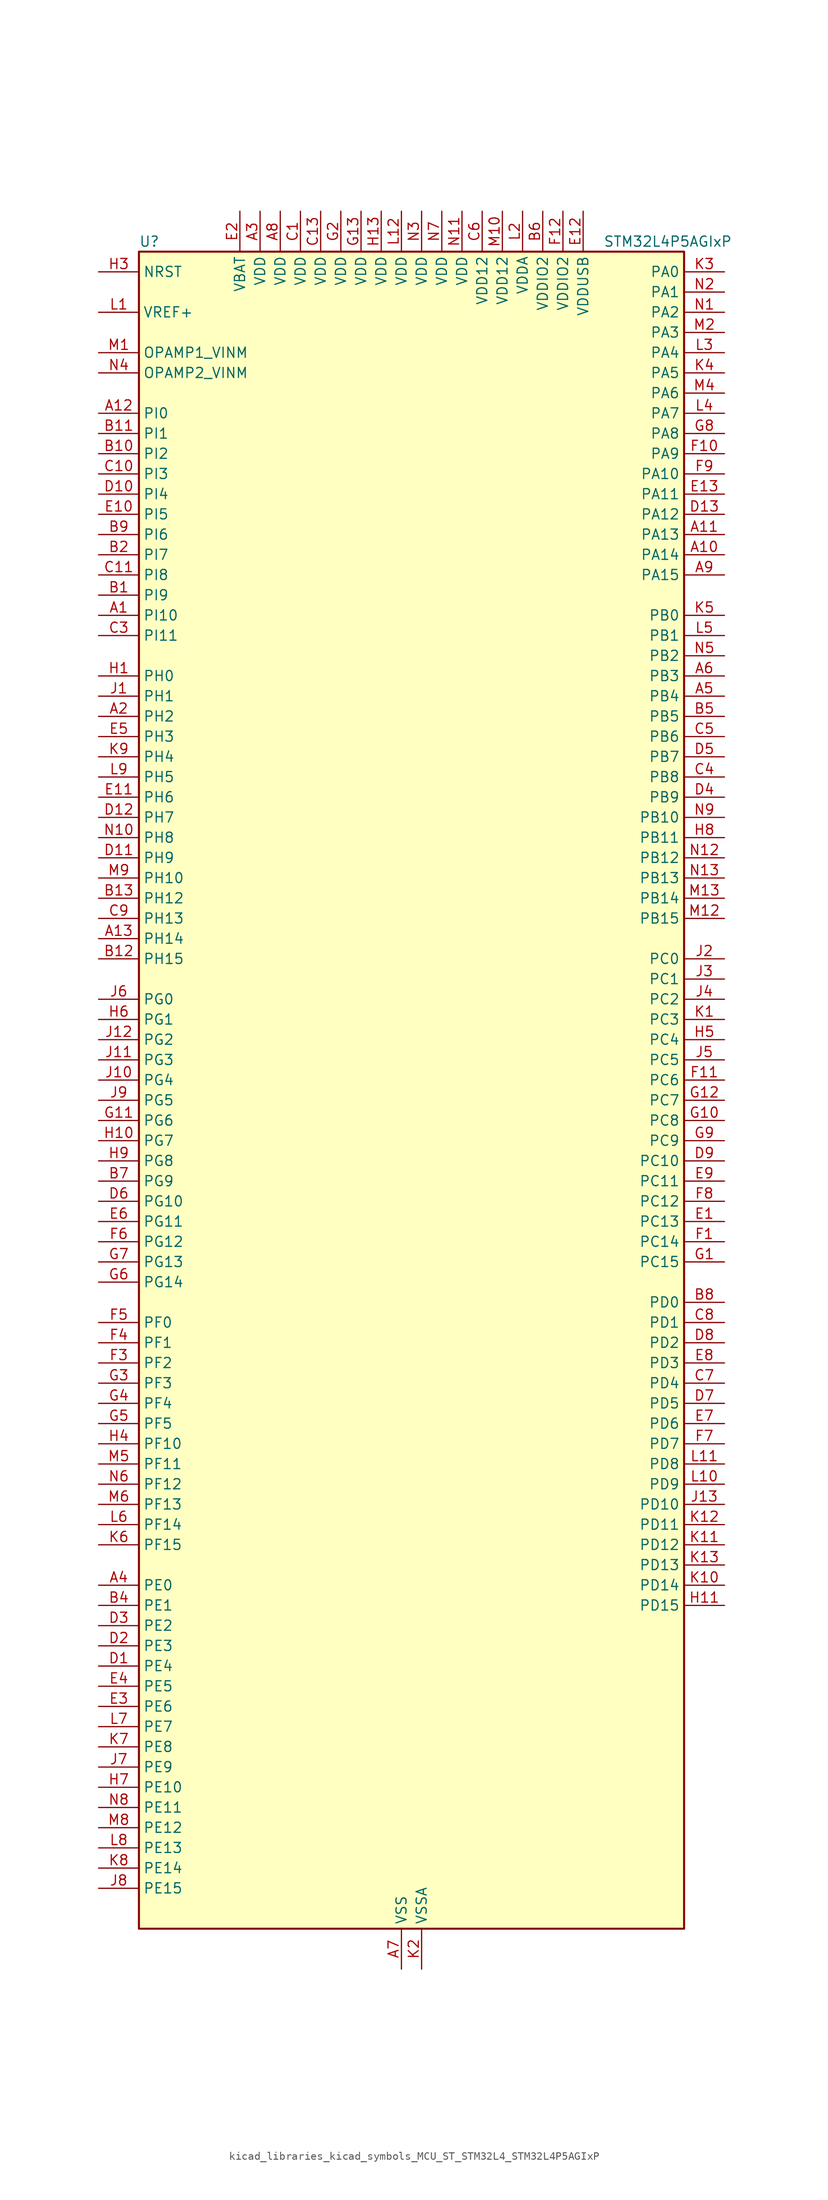
<source format=kicad_sym>
(kicad_symbol_lib
  (version 20220914)
  (generator kicad_symbol_editor)
  (symbol "kicad_libraries_kicad_symbols_MCU_ST_STM32L4_STM32L4P5AGIxP"
    (property "Reference" "U"
      (at -33.02 107.95 0)
      (effects (font (size 1.27 1.27)) (justify left)))
    (property "Value" "STM32L4P5AGIxP"
      (at 25.4 107.95 0)
      (effects (font (size 1.27 1.27)) (justify left)))
    (property "ki_locked" ""
      (at 0 0 0)
      (effects (font (size 1.27 1.27))))
    (symbol "kicad_libraries_kicad_symbols_MCU_ST_STM32L4_STM32L4P5AGIxP_0_1"
      (rectangle (start -33.02 -104.14) (end 35.56 106.68) (stroke (width 0.254) (type default)) (fill (type background))))
    (symbol "kicad_libraries_kicad_symbols_MCU_ST_STM32L4_STM32L4P5AGIxP_1_1"
      (pin bidirectional line (at -38.1 60.96 0) (length 5.08) (name "PI10" (effects (font (size 1.27 1.27)))) (number "A1" (effects (font (size 1.27 1.27)))) (alternate "OCTOSPIM_P2_IO1" bidirectional line) (alternate "PSSI_D14" bidirectional line))
      (pin bidirectional line (at 40.64 68.58 180) (length 5.08) (name "PA14" (effects (font (size 1.27 1.27)))) (number "A10" (effects (font (size 1.27 1.27)))) (alternate "I2C1_SMBA" bidirectional line) (alternate "I2C4_SMBA" bidirectional line) (alternate "LPTIM1_OUT" bidirectional line) (alternate "SAI1_FS_B" bidirectional line) (alternate "SYS_JTCK-SWCLK" bidirectional line) (alternate "USB_OTG_FS_SOF" bidirectional line))
      (pin bidirectional line (at 40.64 71.12 180) (length 5.08) (name "PA13" (effects (font (size 1.27 1.27)))) (number "A11" (effects (font (size 1.27 1.27)))) (alternate "IR_OUT" bidirectional line) (alternate "SAI1_SD_B" bidirectional line) (alternate "SYS_JTMS-SWDIO" bidirectional line) (alternate "USB_OTG_FS_NOE" bidirectional line))
      (pin bidirectional line (at -38.1 86.36 0) (length 5.08) (name "PI0" (effects (font (size 1.27 1.27)))) (number "A12" (effects (font (size 1.27 1.27)))) (alternate "DCMI_D13" bidirectional line) (alternate "OCTOSPIM_P1_IO5" bidirectional line) (alternate "PSSI_D13" bidirectional line) (alternate "SPI2_NSS" bidirectional line) (alternate "TIM5_CH4" bidirectional line))
      (pin bidirectional line (at -38.1 20.32 0) (length 5.08) (name "PH14" (effects (font (size 1.27 1.27)))) (number "A13" (effects (font (size 1.27 1.27)))) (alternate "DCMI_D4" bidirectional line) (alternate "PSSI_D4" bidirectional line) (alternate "TIM8_CH2N" bidirectional line))
      (pin bidirectional line (at -38.1 48.26 0) (length 5.08) (name "PH2" (effects (font (size 1.27 1.27)))) (number "A2" (effects (font (size 1.27 1.27)))) (alternate "OCTOSPIM_P1_IO4" bidirectional line))
      (pin power_in line (at -17.78 111.76 270) (length 5.08) (name "VDD" (effects (font (size 1.27 1.27)))) (number "A3" (effects (font (size 1.27 1.27)))))
      (pin bidirectional line (at -38.1 -60.96 0) (length 5.08) (name "PE0" (effects (font (size 1.27 1.27)))) (number "A4" (effects (font (size 1.27 1.27)))) (alternate "DCMI_D2" bidirectional line) (alternate "FMC_NBL0" bidirectional line) (alternate "LTDC_HSYNC" bidirectional line) (alternate "PSSI_D2" bidirectional line) (alternate "TIM16_CH1" bidirectional line) (alternate "TIM4_ETR" bidirectional line))
      (pin bidirectional line (at 40.64 50.8 180) (length 5.08) (name "PB4" (effects (font (size 1.27 1.27)))) (number "A5" (effects (font (size 1.27 1.27)))) (alternate "COMP2_INP" bidirectional line) (alternate "DCMI_D12" bidirectional line) (alternate "I2C3_SDA" bidirectional line) (alternate "OCTOSPIM_P1_IO5" bidirectional line) (alternate "PSSI_D12" bidirectional line) (alternate "SAI1_MCLK_B" bidirectional line) (alternate "SDMMC2_D3" bidirectional line) (alternate "SPI1_MISO" bidirectional line) (alternate "SPI3_MISO" bidirectional line) (alternate "SYS_JTRST" bidirectional line) (alternate "TIM17_BKIN" bidirectional line) (alternate "TIM3_CH1" bidirectional line) (alternate "TSC_G2_IO1" bidirectional line) (alternate "UART5_DE" bidirectional line) (alternate "UART5_RTS" bidirectional line) (alternate "USART1_CTS" bidirectional line) (alternate "USART1_NSS" bidirectional line))
      (pin bidirectional line (at 40.64 53.34 180) (length 5.08) (name "PB3" (effects (font (size 1.27 1.27)))) (number "A6" (effects (font (size 1.27 1.27)))) (alternate "COMP2_INM" bidirectional line) (alternate "CRS_SYNC" bidirectional line) (alternate "OCTOSPIM_P1_IO4" bidirectional line) (alternate "SAI1_SCK_B" bidirectional line) (alternate "SDMMC2_D2" bidirectional line) (alternate "SPI1_SCK" bidirectional line) (alternate "SPI3_SCK" bidirectional line) (alternate "SYS_JTDO-SWO" bidirectional line) (alternate "TIM2_CH2" bidirectional line) (alternate "USART1_DE" bidirectional line) (alternate "USART1_RTS" bidirectional line))
      (pin power_in line (at 0 -109.22 90) (length 5.08) (name "VSS" (effects (font (size 1.27 1.27)))) (number "A7" (effects (font (size 1.27 1.27)))))
      (pin power_in line (at -15.24 111.76 270) (length 5.08) (name "VDD" (effects (font (size 1.27 1.27)))) (number "A8" (effects (font (size 1.27 1.27)))))
      (pin bidirectional line (at 40.64 66.04 180) (length 5.08) (name "PA15" (effects (font (size 1.27 1.27)))) (number "A9" (effects (font (size 1.27 1.27)))) (alternate "ADC1_EXTI15" bidirectional line) (alternate "ADC2_EXTI15" bidirectional line) (alternate "LTDC_HSYNC" bidirectional line) (alternate "SAI2_FS_B" bidirectional line) (alternate "SPI1_NSS" bidirectional line) (alternate "SPI3_NSS" bidirectional line) (alternate "SYS_JTDI" bidirectional line) (alternate "TIM2_CH1" bidirectional line) (alternate "TIM2_ETR" bidirectional line) (alternate "TSC_G3_IO1" bidirectional line) (alternate "UART4_DE" bidirectional line) (alternate "UART4_RTS" bidirectional line) (alternate "USART2_RX" bidirectional line) (alternate "USART3_DE" bidirectional line) (alternate "USART3_RTS" bidirectional line))
      (pin bidirectional line (at -38.1 63.5 0) (length 5.08) (name "PI9" (effects (font (size 1.27 1.27)))) (number "B1" (effects (font (size 1.27 1.27)))) (alternate "CAN1_RX" bidirectional line) (alternate "DAC1_EXTI9" bidirectional line) (alternate "OCTOSPIM_P2_IO2" bidirectional line))
      (pin bidirectional line (at -38.1 81.28 0) (length 5.08) (name "PI2" (effects (font (size 1.27 1.27)))) (number "B10" (effects (font (size 1.27 1.27)))) (alternate "DCMI_D9" bidirectional line) (alternate "PSSI_D9" bidirectional line) (alternate "SPI2_MISO" bidirectional line) (alternate "TIM8_CH4" bidirectional line))
      (pin bidirectional line (at -38.1 83.82 0) (length 5.08) (name "PI1" (effects (font (size 1.27 1.27)))) (number "B11" (effects (font (size 1.27 1.27)))) (alternate "DCMI_D8" bidirectional line) (alternate "PSSI_D8" bidirectional line) (alternate "SPI2_SCK" bidirectional line))
      (pin bidirectional line (at -38.1 17.78 0) (length 5.08) (name "PH15" (effects (font (size 1.27 1.27)))) (number "B12" (effects (font (size 1.27 1.27)))) (alternate "ADC1_EXTI15" bidirectional line) (alternate "ADC2_EXTI15" bidirectional line) (alternate "DCMI_D11" bidirectional line) (alternate "OCTOSPIM_P2_IO6" bidirectional line) (alternate "PSSI_D11" bidirectional line) (alternate "TIM8_CH3N" bidirectional line))
      (pin bidirectional line (at -38.1 25.4 0) (length 5.08) (name "PH12" (effects (font (size 1.27 1.27)))) (number "B13" (effects (font (size 1.27 1.27)))) (alternate "DCMI_D3" bidirectional line) (alternate "OCTOSPIM_P2_IO7" bidirectional line) (alternate "PSSI_D3" bidirectional line) (alternate "TIM5_CH3" bidirectional line))
      (pin bidirectional line (at -38.1 68.58 0) (length 5.08) (name "PI7" (effects (font (size 1.27 1.27)))) (number "B2" (effects (font (size 1.27 1.27)))) (alternate "DCMI_D7" bidirectional line) (alternate "OCTOSPIM_P2_NCLK" bidirectional line) (alternate "PSSI_D7" bidirectional line) (alternate "TIM8_CH3" bidirectional line))
      (pin passive line (at 0 -109.22 90) (length 5.08) hide (name "VSS" (effects (font (size 1.27 1.27)))) (number "B3" (effects (font (size 1.27 1.27)))))
      (pin bidirectional line (at -38.1 -63.5 0) (length 5.08) (name "PE1" (effects (font (size 1.27 1.27)))) (number "B4" (effects (font (size 1.27 1.27)))) (alternate "DCMI_D3" bidirectional line) (alternate "FMC_NBL1" bidirectional line) (alternate "LTDC_VSYNC" bidirectional line) (alternate "PSSI_D3" bidirectional line) (alternate "TIM17_CH1" bidirectional line))
      (pin bidirectional line (at 40.64 48.26 180) (length 5.08) (name "PB5" (effects (font (size 1.27 1.27)))) (number "B5" (effects (font (size 1.27 1.27)))) (alternate "COMP2_OUT" bidirectional line) (alternate "DCMI_D10" bidirectional line) (alternate "I2C1_SMBA" bidirectional line) (alternate "LPTIM1_IN1" bidirectional line) (alternate "OCTOSPIM_P1_IO0" bidirectional line) (alternate "PSSI_D10" bidirectional line) (alternate "SAI1_SD_B" bidirectional line) (alternate "SPI1_MOSI" bidirectional line) (alternate "SPI3_MOSI" bidirectional line) (alternate "TIM16_BKIN" bidirectional line) (alternate "TIM3_CH2" bidirectional line) (alternate "TSC_G2_IO2" bidirectional line) (alternate "UART5_CTS" bidirectional line) (alternate "USART1_CK" bidirectional line))
      (pin power_in line (at 17.78 111.76 270) (length 5.08) (name "VDDIO2" (effects (font (size 1.27 1.27)))) (number "B6" (effects (font (size 1.27 1.27)))))
      (pin bidirectional line (at -38.1 -10.16 0) (length 5.08) (name "PG9" (effects (font (size 1.27 1.27)))) (number "B7" (effects (font (size 1.27 1.27)))) (alternate "DAC1_EXTI9" bidirectional line) (alternate "FMC_NCE" bidirectional line) (alternate "FMC_NE2" bidirectional line) (alternate "OCTOSPIM_P2_IO6" bidirectional line) (alternate "SAI2_SCK_A" bidirectional line) (alternate "SDMMC2_D0" bidirectional line) (alternate "SPI3_SCK" bidirectional line) (alternate "TIM15_CH1N" bidirectional line) (alternate "USART1_TX" bidirectional line))
      (pin bidirectional line (at 40.64 -25.4 180) (length 5.08) (name "PD0" (effects (font (size 1.27 1.27)))) (number "B8" (effects (font (size 1.27 1.27)))) (alternate "CAN1_RX" bidirectional line) (alternate "FMC_D2" bidirectional line) (alternate "FMC_DA2" bidirectional line) (alternate "LTDC_B4" bidirectional line) (alternate "SPI2_NSS" bidirectional line))
      (pin bidirectional line (at -38.1 71.12 0) (length 5.08) (name "PI6" (effects (font (size 1.27 1.27)))) (number "B9" (effects (font (size 1.27 1.27)))) (alternate "DCMI_D6" bidirectional line) (alternate "OCTOSPIM_P2_CLK" bidirectional line) (alternate "PSSI_D6" bidirectional line) (alternate "TIM8_CH2" bidirectional line))
      (pin power_in line (at -12.7 111.76 270) (length 5.08) (name "VDD" (effects (font (size 1.27 1.27)))) (number "C1" (effects (font (size 1.27 1.27)))))
      (pin bidirectional line (at -38.1 78.74 0) (length 5.08) (name "PI3" (effects (font (size 1.27 1.27)))) (number "C10" (effects (font (size 1.27 1.27)))) (alternate "DCMI_D10" bidirectional line) (alternate "PSSI_D10" bidirectional line) (alternate "SPI2_MOSI" bidirectional line) (alternate "TIM8_ETR" bidirectional line))
      (pin bidirectional line (at -38.1 66.04 0) (length 5.08) (name "PI8" (effects (font (size 1.27 1.27)))) (number "C11" (effects (font (size 1.27 1.27)))) (alternate "DCMI_D12" bidirectional line) (alternate "OCTOSPIM_P2_NCS" bidirectional line) (alternate "PSSI_D12" bidirectional line))
      (pin passive line (at 0 -109.22 90) (length 5.08) hide (name "VSS" (effects (font (size 1.27 1.27)))) (number "C12" (effects (font (size 1.27 1.27)))))
      (pin power_in line (at -10.16 111.76 270) (length 5.08) (name "VDD" (effects (font (size 1.27 1.27)))) (number "C13" (effects (font (size 1.27 1.27)))))
      (pin passive line (at 0 -109.22 90) (length 5.08) hide (name "VSS" (effects (font (size 1.27 1.27)))) (number "C2" (effects (font (size 1.27 1.27)))))
      (pin bidirectional line (at -38.1 58.42 0) (length 5.08) (name "PI11" (effects (font (size 1.27 1.27)))) (number "C3" (effects (font (size 1.27 1.27)))) (alternate "ADC1_EXTI11" bidirectional line) (alternate "ADC2_EXTI11" bidirectional line) (alternate "OCTOSPIM_P2_IO0" bidirectional line) (alternate "PSSI_D15" bidirectional line))
      (pin bidirectional line (at 40.64 40.64 180) (length 5.08) (name "PB8" (effects (font (size 1.27 1.27)))) (number "C4" (effects (font (size 1.27 1.27)))) (alternate "CAN1_RX" bidirectional line) (alternate "DCMI_D6" bidirectional line) (alternate "DFSDM1_CKOUT" bidirectional line) (alternate "I2C1_SCL" bidirectional line) (alternate "LTDC_DE" bidirectional line) (alternate "PSSI_D6" bidirectional line) (alternate "SAI1_CK1" bidirectional line) (alternate "SAI1_MCLK_A" bidirectional line) (alternate "SDMMC1_CKIN" bidirectional line) (alternate "SDMMC1_D4" bidirectional line) (alternate "SDMMC2_D4" bidirectional line) (alternate "TIM16_CH1" bidirectional line) (alternate "TIM4_CH3" bidirectional line))
      (pin bidirectional line (at 40.64 45.72 180) (length 5.08) (name "PB6" (effects (font (size 1.27 1.27)))) (number "C5" (effects (font (size 1.27 1.27)))) (alternate "COMP2_INP" bidirectional line) (alternate "DCMI_D5" bidirectional line) (alternate "I2C1_SCL" bidirectional line) (alternate "I2C4_SCL" bidirectional line) (alternate "LPTIM1_ETR" bidirectional line) (alternate "LTDC_R6" bidirectional line) (alternate "PSSI_D5" bidirectional line) (alternate "SAI1_FS_B" bidirectional line) (alternate "TIM16_CH1N" bidirectional line) (alternate "TIM4_CH1" bidirectional line) (alternate "TIM8_BKIN2" bidirectional line) (alternate "TSC_G2_IO3" bidirectional line) (alternate "USART1_TX" bidirectional line))
      (pin power_in line (at 10.16 111.76 270) (length 5.08) (name "VDD12" (effects (font (size 1.27 1.27)))) (number "C6" (effects (font (size 1.27 1.27)))))
      (pin bidirectional line (at 40.64 -35.56 180) (length 5.08) (name "PD4" (effects (font (size 1.27 1.27)))) (number "C7" (effects (font (size 1.27 1.27)))) (alternate "DFSDM1_CKIN0" bidirectional line) (alternate "FMC_NOE" bidirectional line) (alternate "OCTOSPIM_P1_IO4" bidirectional line) (alternate "SDMMC2_CKIN" bidirectional line) (alternate "SPI2_MOSI" bidirectional line) (alternate "USART2_DE" bidirectional line) (alternate "USART2_RTS" bidirectional line))
      (pin bidirectional line (at 40.64 -27.94 180) (length 5.08) (name "PD1" (effects (font (size 1.27 1.27)))) (number "C8" (effects (font (size 1.27 1.27)))) (alternate "CAN1_TX" bidirectional line) (alternate "FMC_D3" bidirectional line) (alternate "FMC_DA3" bidirectional line) (alternate "LTDC_B5" bidirectional line) (alternate "SPI2_SCK" bidirectional line))
      (pin bidirectional line (at -38.1 22.86 0) (length 5.08) (name "PH13" (effects (font (size 1.27 1.27)))) (number "C9" (effects (font (size 1.27 1.27)))) (alternate "CAN1_TX" bidirectional line) (alternate "TIM8_CH1N" bidirectional line))
      (pin bidirectional line (at -38.1 -71.12 0) (length 5.08) (name "PE4" (effects (font (size 1.27 1.27)))) (number "D1" (effects (font (size 1.27 1.27)))) (alternate "DCMI_D4" bidirectional line) (alternate "DFSDM1_DATIN3" bidirectional line) (alternate "FMC_A20" bidirectional line) (alternate "LTDC_B7" bidirectional line) (alternate "PSSI_D4" bidirectional line) (alternate "SAI1_D2" bidirectional line) (alternate "SAI1_FS_A" bidirectional line) (alternate "SYS_TRACED1" bidirectional line) (alternate "TIM3_CH2" bidirectional line) (alternate "TSC_G7_IO3" bidirectional line))
      (pin bidirectional line (at -38.1 76.2 0) (length 5.08) (name "PI4" (effects (font (size 1.27 1.27)))) (number "D10" (effects (font (size 1.27 1.27)))) (alternate "DCMI_D5" bidirectional line) (alternate "PSSI_D5" bidirectional line) (alternate "TIM8_BKIN" bidirectional line))
      (pin bidirectional line (at -38.1 30.48 0) (length 5.08) (name "PH9" (effects (font (size 1.27 1.27)))) (number "D11" (effects (font (size 1.27 1.27)))) (alternate "DAC1_EXTI9" bidirectional line) (alternate "DCMI_D0" bidirectional line) (alternate "I2C3_SMBA" bidirectional line) (alternate "OCTOSPIM_P2_IO4" bidirectional line) (alternate "PSSI_D0" bidirectional line))
      (pin bidirectional line (at -38.1 35.56 0) (length 5.08) (name "PH7" (effects (font (size 1.27 1.27)))) (number "D12" (effects (font (size 1.27 1.27)))) (alternate "DCMI_D9" bidirectional line) (alternate "I2C3_SCL" bidirectional line) (alternate "OCTOSPIM_P2_NCLK" bidirectional line) (alternate "PSSI_D9" bidirectional line))
      (pin bidirectional line (at 40.64 73.66 180) (length 5.08) (name "PA12" (effects (font (size 1.27 1.27)))) (number "D13" (effects (font (size 1.27 1.27)))) (alternate "CAN1_TX" bidirectional line) (alternate "LTDC_VSYNC" bidirectional line) (alternate "OCTOSPIM_P2_NCS" bidirectional line) (alternate "SPI1_MOSI" bidirectional line) (alternate "TIM1_ETR" bidirectional line) (alternate "USART1_DE" bidirectional line) (alternate "USART1_RTS" bidirectional line) (alternate "USB_OTG_FS_DP" bidirectional line))
      (pin bidirectional line (at -38.1 -68.58 0) (length 5.08) (name "PE3" (effects (font (size 1.27 1.27)))) (number "D2" (effects (font (size 1.27 1.27)))) (alternate "FMC_A19" bidirectional line) (alternate "LTDC_R6" bidirectional line) (alternate "OCTOSPIM_P1_DQS" bidirectional line) (alternate "SAI1_SD_B" bidirectional line) (alternate "SYS_TRACED0" bidirectional line) (alternate "TIM3_CH1" bidirectional line) (alternate "TSC_G7_IO2" bidirectional line))
      (pin bidirectional line (at -38.1 -66.04 0) (length 5.08) (name "PE2" (effects (font (size 1.27 1.27)))) (number "D3" (effects (font (size 1.27 1.27)))) (alternate "FMC_A23" bidirectional line) (alternate "LTDC_R7" bidirectional line) (alternate "SAI1_CK1" bidirectional line) (alternate "SAI1_MCLK_A" bidirectional line) (alternate "SYS_TRACECLK" bidirectional line) (alternate "TIM3_ETR" bidirectional line) (alternate "TSC_G7_IO1" bidirectional line))
      (pin bidirectional line (at 40.64 38.1 180) (length 5.08) (name "PB9" (effects (font (size 1.27 1.27)))) (number "D4" (effects (font (size 1.27 1.27)))) (alternate "CAN1_TX" bidirectional line) (alternate "DAC1_EXTI9" bidirectional line) (alternate "DCMI_D7" bidirectional line) (alternate "I2C1_SDA" bidirectional line) (alternate "IR_OUT" bidirectional line) (alternate "PSSI_D7" bidirectional line) (alternate "SAI1_D2" bidirectional line) (alternate "SAI1_FS_A" bidirectional line) (alternate "SDMMC1_CDIR" bidirectional line) (alternate "SDMMC1_D5" bidirectional line) (alternate "SDMMC2_D5" bidirectional line) (alternate "SPI2_NSS" bidirectional line) (alternate "TIM17_CH1" bidirectional line) (alternate "TIM4_CH4" bidirectional line))
      (pin bidirectional line (at 40.64 43.18 180) (length 5.08) (name "PB7" (effects (font (size 1.27 1.27)))) (number "D5" (effects (font (size 1.27 1.27)))) (alternate "COMP2_INM" bidirectional line) (alternate "DCMI_VSYNC" bidirectional line) (alternate "FMC_NL" bidirectional line) (alternate "I2C1_SDA" bidirectional line) (alternate "I2C4_SDA" bidirectional line) (alternate "LPTIM1_IN2" bidirectional line) (alternate "LTDC_VSYNC" bidirectional line) (alternate "PSSI_RDY" bidirectional line) (alternate "SYS_PVD_IN" bidirectional line) (alternate "TIM17_CH1N" bidirectional line) (alternate "TIM4_CH2" bidirectional line) (alternate "TIM8_BKIN" bidirectional line) (alternate "TSC_G2_IO4" bidirectional line) (alternate "UART4_CTS" bidirectional line) (alternate "USART1_RX" bidirectional line))
      (pin bidirectional line (at -38.1 -12.7 0) (length 5.08) (name "PG10" (effects (font (size 1.27 1.27)))) (number "D6" (effects (font (size 1.27 1.27)))) (alternate "FMC_NE3" bidirectional line) (alternate "LPTIM1_IN1" bidirectional line) (alternate "OCTOSPIM_P2_IO7" bidirectional line) (alternate "SAI2_FS_A" bidirectional line) (alternate "SDMMC2_D1" bidirectional line) (alternate "SPI3_MISO" bidirectional line) (alternate "TIM15_CH1" bidirectional line) (alternate "USART1_RX" bidirectional line))
      (pin bidirectional line (at 40.64 -38.1 180) (length 5.08) (name "PD5" (effects (font (size 1.27 1.27)))) (number "D7" (effects (font (size 1.27 1.27)))) (alternate "FMC_NWE" bidirectional line) (alternate "OCTOSPIM_P1_IO5" bidirectional line) (alternate "USART2_TX" bidirectional line))
      (pin bidirectional line (at 40.64 -30.48 180) (length 5.08) (name "PD2" (effects (font (size 1.27 1.27)))) (number "D8" (effects (font (size 1.27 1.27)))) (alternate "DCMI_D11" bidirectional line) (alternate "PSSI_D11" bidirectional line) (alternate "SDMMC1_CMD" bidirectional line) (alternate "SYS_TRACED2" bidirectional line) (alternate "TIM3_ETR" bidirectional line) (alternate "TSC_SYNC" bidirectional line) (alternate "UART5_RX" bidirectional line) (alternate "USART3_DE" bidirectional line) (alternate "USART3_RTS" bidirectional line))
      (pin bidirectional line (at 40.64 -7.62 180) (length 5.08) (name "PC10" (effects (font (size 1.27 1.27)))) (number "D9" (effects (font (size 1.27 1.27)))) (alternate "DCMI_D8" bidirectional line) (alternate "DCMI_VSYNC" bidirectional line) (alternate "PSSI_D8" bidirectional line) (alternate "PSSI_RDY" bidirectional line) (alternate "SAI2_SCK_B" bidirectional line) (alternate "SDMMC1_D2" bidirectional line) (alternate "SPI3_SCK" bidirectional line) (alternate "SYS_TRACED1" bidirectional line) (alternate "TSC_G3_IO2" bidirectional line) (alternate "UART4_TX" bidirectional line) (alternate "USART3_TX" bidirectional line))
      (pin bidirectional line (at 40.64 -15.24 180) (length 5.08) (name "PC13" (effects (font (size 1.27 1.27)))) (number "E1" (effects (font (size 1.27 1.27)))) (alternate "RTC_OUT1" bidirectional line) (alternate "RTC_TAMP1" bidirectional line) (alternate "RTC_TS" bidirectional line) (alternate "SYS_WKUP2" bidirectional line))
      (pin bidirectional line (at -38.1 73.66 0) (length 5.08) (name "PI5" (effects (font (size 1.27 1.27)))) (number "E10" (effects (font (size 1.27 1.27)))) (alternate "DCMI_VSYNC" bidirectional line) (alternate "OCTOSPIM_P2_NCS" bidirectional line) (alternate "PSSI_RDY" bidirectional line) (alternate "TIM8_CH1" bidirectional line))
      (pin bidirectional line (at -38.1 38.1 0) (length 5.08) (name "PH6" (effects (font (size 1.27 1.27)))) (number "E11" (effects (font (size 1.27 1.27)))) (alternate "DCMI_D8" bidirectional line) (alternate "I2C2_SMBA" bidirectional line) (alternate "OCTOSPIM_P2_CLK" bidirectional line) (alternate "PSSI_D8" bidirectional line))
      (pin power_in line (at 22.86 111.76 270) (length 5.08) (name "VDDUSB" (effects (font (size 1.27 1.27)))) (number "E12" (effects (font (size 1.27 1.27)))))
      (pin bidirectional line (at 40.64 76.2 180) (length 5.08) (name "PA11" (effects (font (size 1.27 1.27)))) (number "E13" (effects (font (size 1.27 1.27)))) (alternate "ADC1_EXTI11" bidirectional line) (alternate "ADC2_EXTI11" bidirectional line) (alternate "CAN1_RX" bidirectional line) (alternate "LTDC_DE" bidirectional line) (alternate "SPI1_MISO" bidirectional line) (alternate "TIM1_BKIN2" bidirectional line) (alternate "TIM1_CH4" bidirectional line) (alternate "USART1_CTS" bidirectional line) (alternate "USART1_NSS" bidirectional line) (alternate "USB_OTG_FS_DM" bidirectional line))
      (pin power_in line (at -20.32 111.76 270) (length 5.08) (name "VBAT" (effects (font (size 1.27 1.27)))) (number "E2" (effects (font (size 1.27 1.27)))))
      (pin bidirectional line (at -38.1 -76.2 0) (length 5.08) (name "PE6" (effects (font (size 1.27 1.27)))) (number "E3" (effects (font (size 1.27 1.27)))) (alternate "DCMI_D7" bidirectional line) (alternate "FMC_A22" bidirectional line) (alternate "LTDC_G6" bidirectional line) (alternate "PSSI_D7" bidirectional line) (alternate "RTC_TAMP3" bidirectional line) (alternate "SAI1_D1" bidirectional line) (alternate "SAI1_SD_A" bidirectional line) (alternate "SYS_TRACED3" bidirectional line) (alternate "SYS_WKUP3" bidirectional line) (alternate "TIM3_CH4" bidirectional line))
      (pin bidirectional line (at -38.1 -73.66 0) (length 5.08) (name "PE5" (effects (font (size 1.27 1.27)))) (number "E4" (effects (font (size 1.27 1.27)))) (alternate "DCMI_D6" bidirectional line) (alternate "DFSDM1_CKIN3" bidirectional line) (alternate "FMC_A21" bidirectional line) (alternate "LTDC_G7" bidirectional line) (alternate "PSSI_D6" bidirectional line) (alternate "SAI1_CK2" bidirectional line) (alternate "SAI1_SCK_A" bidirectional line) (alternate "SYS_TRACED2" bidirectional line) (alternate "TIM3_CH3" bidirectional line) (alternate "TSC_G7_IO4" bidirectional line))
      (pin bidirectional line (at -38.1 45.72 0) (length 5.08) (name "PH3" (effects (font (size 1.27 1.27)))) (number "E5" (effects (font (size 1.27 1.27)))))
      (pin bidirectional line (at -38.1 -15.24 0) (length 5.08) (name "PG11" (effects (font (size 1.27 1.27)))) (number "E6" (effects (font (size 1.27 1.27)))) (alternate "ADC1_EXTI11" bidirectional line) (alternate "ADC2_EXTI11" bidirectional line) (alternate "LPTIM1_IN2" bidirectional line) (alternate "OCTOSPIM_P1_IO5" bidirectional line) (alternate "SAI2_MCLK_A" bidirectional line) (alternate "SDMMC2_D2" bidirectional line) (alternate "SPI3_MOSI" bidirectional line) (alternate "TIM15_CH2" bidirectional line) (alternate "USART1_CTS" bidirectional line) (alternate "USART1_NSS" bidirectional line))
      (pin bidirectional line (at 40.64 -40.64 180) (length 5.08) (name "PD6" (effects (font (size 1.27 1.27)))) (number "E7" (effects (font (size 1.27 1.27)))) (alternate "DCMI_D10" bidirectional line) (alternate "DFSDM1_DATIN1" bidirectional line) (alternate "FMC_NWAIT" bidirectional line) (alternate "LTDC_DE" bidirectional line) (alternate "OCTOSPIM_P1_IO6" bidirectional line) (alternate "PSSI_D10" bidirectional line) (alternate "SAI1_D1" bidirectional line) (alternate "SAI1_SD_A" bidirectional line) (alternate "SDMMC2_CK" bidirectional line) (alternate "SPI3_MOSI" bidirectional line) (alternate "USART2_RX" bidirectional line))
      (pin bidirectional line (at 40.64 -33.02 180) (length 5.08) (name "PD3" (effects (font (size 1.27 1.27)))) (number "E8" (effects (font (size 1.27 1.27)))) (alternate "DCMI_D5" bidirectional line) (alternate "DFSDM1_DATIN0" bidirectional line) (alternate "FMC_CLK" bidirectional line) (alternate "LTDC_CLK" bidirectional line) (alternate "OCTOSPIM_P2_NCS" bidirectional line) (alternate "PSSI_D5" bidirectional line) (alternate "SPI2_MISO" bidirectional line) (alternate "SPI2_SCK" bidirectional line) (alternate "USART2_CTS" bidirectional line) (alternate "USART2_NSS" bidirectional line))
      (pin bidirectional line (at 40.64 -10.16 180) (length 5.08) (name "PC11" (effects (font (size 1.27 1.27)))) (number "E9" (effects (font (size 1.27 1.27)))) (alternate "ADC1_EXTI11" bidirectional line) (alternate "ADC2_EXTI11" bidirectional line) (alternate "DCMI_D2" bidirectional line) (alternate "DCMI_D4" bidirectional line) (alternate "OCTOSPIM_P1_NCS" bidirectional line) (alternate "PSSI_D2" bidirectional line) (alternate "PSSI_D4" bidirectional line) (alternate "SAI2_MCLK_B" bidirectional line) (alternate "SDMMC1_D3" bidirectional line) (alternate "SPI3_MISO" bidirectional line) (alternate "TSC_G3_IO3" bidirectional line) (alternate "UART4_RX" bidirectional line) (alternate "USART3_RX" bidirectional line))
      (pin bidirectional line (at 40.64 -17.78 180) (length 5.08) (name "PC14" (effects (font (size 1.27 1.27)))) (number "F1" (effects (font (size 1.27 1.27)))) (alternate "RCC_OSC32_IN" bidirectional line))
      (pin bidirectional line (at 40.64 81.28 180) (length 5.08) (name "PA9" (effects (font (size 1.27 1.27)))) (number "F10" (effects (font (size 1.27 1.27)))) (alternate "DAC1_EXTI9" bidirectional line) (alternate "DCMI_D0" bidirectional line) (alternate "LTDC_G7" bidirectional line) (alternate "PSSI_D0" bidirectional line) (alternate "SAI1_FS_A" bidirectional line) (alternate "SPI2_SCK" bidirectional line) (alternate "TIM15_BKIN" bidirectional line) (alternate "TIM1_CH2" bidirectional line) (alternate "USART1_TX" bidirectional line) (alternate "USB_OTG_FS_VBUS" bidirectional line))
      (pin bidirectional line (at 40.64 2.54 180) (length 5.08) (name "PC6" (effects (font (size 1.27 1.27)))) (number "F11" (effects (font (size 1.27 1.27)))) (alternate "DCMI_D0" bidirectional line) (alternate "DFSDM1_CKIN3" bidirectional line) (alternate "LTDC_G7" bidirectional line) (alternate "PSSI_D0" bidirectional line) (alternate "SAI2_MCLK_A" bidirectional line) (alternate "SDMMC1_D0DIR" bidirectional line) (alternate "SDMMC1_D6" bidirectional line) (alternate "SDMMC2_D6" bidirectional line) (alternate "TIM3_CH1" bidirectional line) (alternate "TIM8_CH1" bidirectional line) (alternate "TSC_G4_IO1" bidirectional line))
      (pin power_in line (at 20.32 111.76 270) (length 5.08) (name "VDDIO2" (effects (font (size 1.27 1.27)))) (number "F12" (effects (font (size 1.27 1.27)))))
      (pin passive line (at 0 -109.22 90) (length 5.08) hide (name "VSS" (effects (font (size 1.27 1.27)))) (number "F13" (effects (font (size 1.27 1.27)))))
      (pin passive line (at 0 -109.22 90) (length 5.08) hide (name "VSS" (effects (font (size 1.27 1.27)))) (number "F2" (effects (font (size 1.27 1.27)))))
      (pin bidirectional line (at -38.1 -33.02 0) (length 5.08) (name "PF2" (effects (font (size 1.27 1.27)))) (number "F3" (effects (font (size 1.27 1.27)))) (alternate "FMC_A2" bidirectional line) (alternate "I2C2_SMBA" bidirectional line) (alternate "OCTOSPIM_P2_IO2" bidirectional line))
      (pin bidirectional line (at -38.1 -30.48 0) (length 5.08) (name "PF1" (effects (font (size 1.27 1.27)))) (number "F4" (effects (font (size 1.27 1.27)))) (alternate "FMC_A1" bidirectional line) (alternate "I2C2_SCL" bidirectional line) (alternate "OCTOSPIM_P2_IO1" bidirectional line))
      (pin bidirectional line (at -38.1 -27.94 0) (length 5.08) (name "PF0" (effects (font (size 1.27 1.27)))) (number "F5" (effects (font (size 1.27 1.27)))) (alternate "FMC_A0" bidirectional line) (alternate "I2C2_SDA" bidirectional line) (alternate "OCTOSPIM_P2_IO0" bidirectional line))
      (pin bidirectional line (at -38.1 -17.78 0) (length 5.08) (name "PG12" (effects (font (size 1.27 1.27)))) (number "F6" (effects (font (size 1.27 1.27)))) (alternate "FMC_NE4" bidirectional line) (alternate "LPTIM1_ETR" bidirectional line) (alternate "OCTOSPIM_P2_NCS" bidirectional line) (alternate "SAI2_SD_A" bidirectional line) (alternate "SDMMC2_D3" bidirectional line) (alternate "SPI3_NSS" bidirectional line) (alternate "USART1_DE" bidirectional line) (alternate "USART1_RTS" bidirectional line))
      (pin bidirectional line (at 40.64 -43.18 180) (length 5.08) (name "PD7" (effects (font (size 1.27 1.27)))) (number "F7" (effects (font (size 1.27 1.27)))) (alternate "DFSDM1_CKIN1" bidirectional line) (alternate "FMC_NCE" bidirectional line) (alternate "FMC_NE1" bidirectional line) (alternate "OCTOSPIM_P1_IO7" bidirectional line) (alternate "SDMMC2_CMD" bidirectional line) (alternate "USART2_CK" bidirectional line))
      (pin bidirectional line (at 40.64 -12.7 180) (length 5.08) (name "PC12" (effects (font (size 1.27 1.27)))) (number "F8" (effects (font (size 1.27 1.27)))) (alternate "DCMI_D9" bidirectional line) (alternate "LTDC_R6" bidirectional line) (alternate "PSSI_D9" bidirectional line) (alternate "SAI2_SD_B" bidirectional line) (alternate "SDMMC1_CK" bidirectional line) (alternate "SPI3_MOSI" bidirectional line) (alternate "SYS_TRACED3" bidirectional line) (alternate "TSC_G3_IO4" bidirectional line) (alternate "UART5_TX" bidirectional line) (alternate "USART3_CK" bidirectional line))
      (pin bidirectional line (at 40.64 78.74 180) (length 5.08) (name "PA10" (effects (font (size 1.27 1.27)))) (number "F9" (effects (font (size 1.27 1.27)))) (alternate "DCMI_D1" bidirectional line) (alternate "LTDC_G6" bidirectional line) (alternate "PSSI_D1" bidirectional line) (alternate "SAI1_D1" bidirectional line) (alternate "SAI1_SD_A" bidirectional line) (alternate "TIM17_BKIN" bidirectional line) (alternate "TIM1_CH3" bidirectional line) (alternate "USART1_RX" bidirectional line) (alternate "USB_OTG_FS_ID" bidirectional line))
      (pin bidirectional line (at 40.64 -20.32 180) (length 5.08) (name "PC15" (effects (font (size 1.27 1.27)))) (number "G1" (effects (font (size 1.27 1.27)))) (alternate "ADC1_EXTI15" bidirectional line) (alternate "ADC2_EXTI15" bidirectional line) (alternate "RCC_OSC32_OUT" bidirectional line))
      (pin bidirectional line (at 40.64 -2.54 180) (length 5.08) (name "PC8" (effects (font (size 1.27 1.27)))) (number "G10" (effects (font (size 1.27 1.27)))) (alternate "DCMI_D2" bidirectional line) (alternate "PSSI_D2" bidirectional line) (alternate "SDMMC1_D0" bidirectional line) (alternate "TIM3_CH3" bidirectional line) (alternate "TIM8_CH3" bidirectional line) (alternate "TSC_G4_IO3" bidirectional line))
      (pin bidirectional line (at -38.1 -2.54 0) (length 5.08) (name "PG6" (effects (font (size 1.27 1.27)))) (number "G11" (effects (font (size 1.27 1.27)))) (alternate "I2C3_SMBA" bidirectional line) (alternate "LPUART1_DE" bidirectional line) (alternate "LPUART1_RTS" bidirectional line) (alternate "LTDC_R1" bidirectional line) (alternate "OCTOSPIM_P1_DQS" bidirectional line))
      (pin bidirectional line (at 40.64 0 180) (length 5.08) (name "PC7" (effects (font (size 1.27 1.27)))) (number "G12" (effects (font (size 1.27 1.27)))) (alternate "DCMI_D1" bidirectional line) (alternate "DFSDM1_DATIN3" bidirectional line) (alternate "LTDC_B6" bidirectional line) (alternate "PSSI_D1" bidirectional line) (alternate "SAI2_MCLK_B" bidirectional line) (alternate "SDMMC1_D123DIR" bidirectional line) (alternate "SDMMC1_D7" bidirectional line) (alternate "SDMMC2_D7" bidirectional line) (alternate "TIM3_CH2" bidirectional line) (alternate "TIM8_CH2" bidirectional line) (alternate "TSC_G4_IO2" bidirectional line))
      (pin power_in line (at -5.08 111.76 270) (length 5.08) (name "VDD" (effects (font (size 1.27 1.27)))) (number "G13" (effects (font (size 1.27 1.27)))))
      (pin power_in line (at -7.62 111.76 270) (length 5.08) (name "VDD" (effects (font (size 1.27 1.27)))) (number "G2" (effects (font (size 1.27 1.27)))))
      (pin bidirectional line (at -38.1 -35.56 0) (length 5.08) (name "PF3" (effects (font (size 1.27 1.27)))) (number "G3" (effects (font (size 1.27 1.27)))) (alternate "FMC_A3" bidirectional line) (alternate "OCTOSPIM_P2_IO3" bidirectional line))
      (pin bidirectional line (at -38.1 -38.1 0) (length 5.08) (name "PF4" (effects (font (size 1.27 1.27)))) (number "G4" (effects (font (size 1.27 1.27)))) (alternate "FMC_A4" bidirectional line) (alternate "OCTOSPIM_P2_CLK" bidirectional line))
      (pin bidirectional line (at -38.1 -40.64 0) (length 5.08) (name "PF5" (effects (font (size 1.27 1.27)))) (number "G5" (effects (font (size 1.27 1.27)))) (alternate "FMC_A5" bidirectional line) (alternate "OCTOSPIM_P2_NCLK" bidirectional line))
      (pin bidirectional line (at -38.1 -22.86 0) (length 5.08) (name "PG14" (effects (font (size 1.27 1.27)))) (number "G6" (effects (font (size 1.27 1.27)))) (alternate "FMC_A25" bidirectional line) (alternate "I2C1_SCL" bidirectional line) (alternate "LTDC_R1" bidirectional line))
      (pin bidirectional line (at -38.1 -20.32 0) (length 5.08) (name "PG13" (effects (font (size 1.27 1.27)))) (number "G7" (effects (font (size 1.27 1.27)))) (alternate "FMC_A24" bidirectional line) (alternate "I2C1_SDA" bidirectional line) (alternate "LTDC_R0" bidirectional line) (alternate "USART1_CK" bidirectional line))
      (pin bidirectional line (at 40.64 83.82 180) (length 5.08) (name "PA8" (effects (font (size 1.27 1.27)))) (number "G8" (effects (font (size 1.27 1.27)))) (alternate "LPTIM2_OUT" bidirectional line) (alternate "LTDC_B7" bidirectional line) (alternate "RCC_MCO" bidirectional line) (alternate "SAI1_CK2" bidirectional line) (alternate "SAI1_SCK_A" bidirectional line) (alternate "TIM1_CH1" bidirectional line) (alternate "USART1_CK" bidirectional line) (alternate "USB_OTG_FS_SOF" bidirectional line))
      (pin bidirectional line (at 40.64 -5.08 180) (length 5.08) (name "PC9" (effects (font (size 1.27 1.27)))) (number "G9" (effects (font (size 1.27 1.27)))) (alternate "DAC1_EXTI9" bidirectional line) (alternate "DCMI_D3" bidirectional line) (alternate "I2C3_SDA" bidirectional line) (alternate "PSSI_D3" bidirectional line) (alternate "SAI2_EXTCLK" bidirectional line) (alternate "SDMMC1_D1" bidirectional line) (alternate "SYS_TRACED0" bidirectional line) (alternate "TIM3_CH4" bidirectional line) (alternate "TIM8_BKIN2" bidirectional line) (alternate "TIM8_CH4" bidirectional line) (alternate "TSC_G4_IO4" bidirectional line) (alternate "USB_OTG_FS_NOE" bidirectional line))
      (pin bidirectional line (at -38.1 53.34 0) (length 5.08) (name "PH0" (effects (font (size 1.27 1.27)))) (number "H1" (effects (font (size 1.27 1.27)))) (alternate "RCC_OSC_IN" bidirectional line))
      (pin bidirectional line (at -38.1 -5.08 0) (length 5.08) (name "PG7" (effects (font (size 1.27 1.27)))) (number "H10" (effects (font (size 1.27 1.27)))) (alternate "DFSDM1_CKOUT" bidirectional line) (alternate "FMC_INT" bidirectional line) (alternate "I2C3_SCL" bidirectional line) (alternate "LPUART1_TX" bidirectional line) (alternate "OCTOSPIM_P2_DQS" bidirectional line) (alternate "SAI1_CK1" bidirectional line) (alternate "SAI1_MCLK_A" bidirectional line))
      (pin bidirectional line (at 40.64 -63.5 180) (length 5.08) (name "PD15" (effects (font (size 1.27 1.27)))) (number "H11" (effects (font (size 1.27 1.27)))) (alternate "ADC1_EXTI15" bidirectional line) (alternate "ADC2_EXTI15" bidirectional line) (alternate "FMC_D1" bidirectional line) (alternate "FMC_DA1" bidirectional line) (alternate "LTDC_B3" bidirectional line) (alternate "TIM4_CH4" bidirectional line))
      (pin passive line (at 0 -109.22 90) (length 5.08) hide (name "VSS" (effects (font (size 1.27 1.27)))) (number "H12" (effects (font (size 1.27 1.27)))))
      (pin power_in line (at -2.54 111.76 270) (length 5.08) (name "VDD" (effects (font (size 1.27 1.27)))) (number "H13" (effects (font (size 1.27 1.27)))))
      (pin passive line (at 0 -109.22 90) (length 5.08) hide (name "VSS" (effects (font (size 1.27 1.27)))) (number "H2" (effects (font (size 1.27 1.27)))))
      (pin input line (at -38.1 104.14 0) (length 5.08) (name "NRST" (effects (font (size 1.27 1.27)))) (number "H3" (effects (font (size 1.27 1.27)))))
      (pin bidirectional line (at -38.1 -43.18 0) (length 5.08) (name "PF10" (effects (font (size 1.27 1.27)))) (number "H4" (effects (font (size 1.27 1.27)))) (alternate "DCMI_D11" bidirectional line) (alternate "DFSDM1_CKOUT" bidirectional line) (alternate "OCTOSPIM_P1_CLK" bidirectional line) (alternate "PSSI_D11" bidirectional line) (alternate "PSSI_D15" bidirectional line) (alternate "SAI1_D3" bidirectional line) (alternate "TIM15_CH2" bidirectional line))
      (pin bidirectional line (at 40.64 7.62 180) (length 5.08) (name "PC4" (effects (font (size 1.27 1.27)))) (number "H5" (effects (font (size 1.27 1.27)))) (alternate "ADC1_IN13" bidirectional line) (alternate "ADC2_IN13" bidirectional line) (alternate "COMP1_INM" bidirectional line) (alternate "OCTOSPIM_P1_IO7" bidirectional line) (alternate "OCTOSPIM_P2_NCS" bidirectional line) (alternate "USART3_TX" bidirectional line))
      (pin bidirectional line (at -38.1 10.16 0) (length 5.08) (name "PG1" (effects (font (size 1.27 1.27)))) (number "H6" (effects (font (size 1.27 1.27)))) (alternate "FMC_A11" bidirectional line) (alternate "OCTOSPIM_P2_IO5" bidirectional line) (alternate "TSC_G8_IO4" bidirectional line))
      (pin bidirectional line (at -38.1 -86.36 0) (length 5.08) (name "PE10" (effects (font (size 1.27 1.27)))) (number "H7" (effects (font (size 1.27 1.27)))) (alternate "FMC_D7" bidirectional line) (alternate "FMC_DA7" bidirectional line) (alternate "LTDC_G3" bidirectional line) (alternate "OCTOSPIM_P1_CLK" bidirectional line) (alternate "SAI1_MCLK_B" bidirectional line) (alternate "TIM1_CH2N" bidirectional line) (alternate "TSC_G5_IO1" bidirectional line))
      (pin bidirectional line (at 40.64 33.02 180) (length 5.08) (name "PB11" (effects (font (size 1.27 1.27)))) (number "H8" (effects (font (size 1.27 1.27)))) (alternate "ADC1_EXTI11" bidirectional line) (alternate "ADC2_EXTI11" bidirectional line) (alternate "COMP2_OUT" bidirectional line) (alternate "I2C2_SDA" bidirectional line) (alternate "I2C4_SDA" bidirectional line) (alternate "LPUART1_TX" bidirectional line) (alternate "LTDC_VSYNC" bidirectional line) (alternate "OCTOSPIM_P1_NCS" bidirectional line) (alternate "TIM2_CH4" bidirectional line) (alternate "USART3_RX" bidirectional line))
      (pin bidirectional line (at -38.1 -7.62 0) (length 5.08) (name "PG8" (effects (font (size 1.27 1.27)))) (number "H9" (effects (font (size 1.27 1.27)))) (alternate "I2C3_SDA" bidirectional line) (alternate "LPUART1_RX" bidirectional line))
      (pin bidirectional line (at -38.1 50.8 0) (length 5.08) (name "PH1" (effects (font (size 1.27 1.27)))) (number "J1" (effects (font (size 1.27 1.27)))) (alternate "RCC_OSC_OUT" bidirectional line))
      (pin bidirectional line (at -38.1 2.54 0) (length 5.08) (name "PG4" (effects (font (size 1.27 1.27)))) (number "J10" (effects (font (size 1.27 1.27)))) (alternate "FMC_A14" bidirectional line) (alternate "SAI2_MCLK_B" bidirectional line) (alternate "SDMMC2_D6" bidirectional line) (alternate "SPI1_MOSI" bidirectional line))
      (pin bidirectional line (at -38.1 5.08 0) (length 5.08) (name "PG3" (effects (font (size 1.27 1.27)))) (number "J11" (effects (font (size 1.27 1.27)))) (alternate "FMC_A13" bidirectional line) (alternate "SAI2_FS_B" bidirectional line) (alternate "SDMMC2_D5" bidirectional line) (alternate "SPI1_MISO" bidirectional line))
      (pin bidirectional line (at -38.1 7.62 0) (length 5.08) (name "PG2" (effects (font (size 1.27 1.27)))) (number "J12" (effects (font (size 1.27 1.27)))) (alternate "FMC_A12" bidirectional line) (alternate "SAI2_SCK_B" bidirectional line) (alternate "SDMMC2_D4" bidirectional line) (alternate "SPI1_SCK" bidirectional line))
      (pin bidirectional line (at 40.64 -50.8 180) (length 5.08) (name "PD10" (effects (font (size 1.27 1.27)))) (number "J13" (effects (font (size 1.27 1.27)))) (alternate "FMC_D15" bidirectional line) (alternate "FMC_DA15" bidirectional line) (alternate "LTDC_R5" bidirectional line) (alternate "SAI2_SCK_A" bidirectional line) (alternate "TSC_G6_IO1" bidirectional line) (alternate "USART3_CK" bidirectional line))
      (pin bidirectional line (at 40.64 17.78 180) (length 5.08) (name "PC0" (effects (font (size 1.27 1.27)))) (number "J2" (effects (font (size 1.27 1.27)))) (alternate "ADC1_IN1" bidirectional line) (alternate "ADC2_IN1" bidirectional line) (alternate "I2C3_SCL" bidirectional line) (alternate "LPTIM1_IN1" bidirectional line) (alternate "LPTIM2_IN1" bidirectional line) (alternate "LPUART1_RX" bidirectional line) (alternate "LTDC_DE" bidirectional line) (alternate "SAI2_FS_A" bidirectional line) (alternate "SDMMC1_CMD" bidirectional line) (alternate "SDMMC2_CKIN" bidirectional line))
      (pin bidirectional line (at 40.64 15.24 180) (length 5.08) (name "PC1" (effects (font (size 1.27 1.27)))) (number "J3" (effects (font (size 1.27 1.27)))) (alternate "ADC1_IN2" bidirectional line) (alternate "ADC2_IN2" bidirectional line) (alternate "I2C3_SDA" bidirectional line) (alternate "LPTIM1_OUT" bidirectional line) (alternate "LPUART1_TX" bidirectional line) (alternate "OCTOSPIM_P1_IO4" bidirectional line) (alternate "SAI1_SD_A" bidirectional line) (alternate "SPI2_MOSI" bidirectional line) (alternate "SYS_TRACED0" bidirectional line))
      (pin bidirectional line (at 40.64 12.7 180) (length 5.08) (name "PC2" (effects (font (size 1.27 1.27)))) (number "J4" (effects (font (size 1.27 1.27)))) (alternate "ADC1_IN3" bidirectional line) (alternate "ADC2_IN3" bidirectional line) (alternate "DFSDM1_CKOUT" bidirectional line) (alternate "LPTIM1_IN2" bidirectional line) (alternate "LTDC_HSYNC" bidirectional line) (alternate "OCTOSPIM_P1_IO5" bidirectional line) (alternate "SPI2_MISO" bidirectional line))
      (pin bidirectional line (at 40.64 5.08 180) (length 5.08) (name "PC5" (effects (font (size 1.27 1.27)))) (number "J5" (effects (font (size 1.27 1.27)))) (alternate "ADC1_IN14" bidirectional line) (alternate "ADC2_IN14" bidirectional line) (alternate "COMP1_INP" bidirectional line) (alternate "LTDC_CLK" bidirectional line) (alternate "PSSI_D15" bidirectional line) (alternate "SAI1_D3" bidirectional line) (alternate "SYS_WKUP5" bidirectional line) (alternate "USART3_RX" bidirectional line))
      (pin bidirectional line (at -38.1 12.7 0) (length 5.08) (name "PG0" (effects (font (size 1.27 1.27)))) (number "J6" (effects (font (size 1.27 1.27)))) (alternate "FMC_A10" bidirectional line) (alternate "OCTOSPIM_P2_IO4" bidirectional line) (alternate "TSC_G8_IO3" bidirectional line))
      (pin bidirectional line (at -38.1 -83.82 0) (length 5.08) (name "PE9" (effects (font (size 1.27 1.27)))) (number "J7" (effects (font (size 1.27 1.27)))) (alternate "DAC1_EXTI9" bidirectional line) (alternate "DFSDM1_CKOUT" bidirectional line) (alternate "FMC_D6" bidirectional line) (alternate "FMC_DA6" bidirectional line) (alternate "LTDC_G2" bidirectional line) (alternate "OCTOSPIM_P1_NCLK" bidirectional line) (alternate "SAI1_FS_B" bidirectional line) (alternate "TIM1_CH1" bidirectional line))
      (pin bidirectional line (at -38.1 -99.06 0) (length 5.08) (name "PE15" (effects (font (size 1.27 1.27)))) (number "J8" (effects (font (size 1.27 1.27)))) (alternate "ADC1_EXTI15" bidirectional line) (alternate "ADC2_EXTI15" bidirectional line) (alternate "FMC_D12" bidirectional line) (alternate "FMC_DA12" bidirectional line) (alternate "LTDC_R2" bidirectional line) (alternate "OCTOSPIM_P1_IO3" bidirectional line) (alternate "SPI1_MOSI" bidirectional line) (alternate "TIM1_BKIN" bidirectional line))
      (pin bidirectional line (at -38.1 0 0) (length 5.08) (name "PG5" (effects (font (size 1.27 1.27)))) (number "J9" (effects (font (size 1.27 1.27)))) (alternate "FMC_A15" bidirectional line) (alternate "LPUART1_CTS" bidirectional line) (alternate "SAI2_SD_B" bidirectional line) (alternate "SDMMC2_D7" bidirectional line) (alternate "SPI1_NSS" bidirectional line))
      (pin bidirectional line (at 40.64 10.16 180) (length 5.08) (name "PC3" (effects (font (size 1.27 1.27)))) (number "K1" (effects (font (size 1.27 1.27)))) (alternate "ADC1_IN4" bidirectional line) (alternate "ADC2_IN4" bidirectional line) (alternate "LPTIM1_ETR" bidirectional line) (alternate "LPTIM2_ETR" bidirectional line) (alternate "OCTOSPIM_P1_IO6" bidirectional line) (alternate "SAI1_D1" bidirectional line) (alternate "SAI1_SD_A" bidirectional line) (alternate "SPI2_MOSI" bidirectional line))
      (pin bidirectional line (at 40.64 -60.96 180) (length 5.08) (name "PD14" (effects (font (size 1.27 1.27)))) (number "K10" (effects (font (size 1.27 1.27)))) (alternate "FMC_D0" bidirectional line) (alternate "FMC_DA0" bidirectional line) (alternate "LTDC_B2" bidirectional line) (alternate "TIM4_CH3" bidirectional line))
      (pin bidirectional line (at 40.64 -55.88 180) (length 5.08) (name "PD12" (effects (font (size 1.27 1.27)))) (number "K11" (effects (font (size 1.27 1.27)))) (alternate "FMC_A17" bidirectional line) (alternate "FMC_ALE" bidirectional line) (alternate "I2C4_SCL" bidirectional line) (alternate "LPTIM2_IN1" bidirectional line) (alternate "LTDC_R7" bidirectional line) (alternate "SAI2_FS_A" bidirectional line) (alternate "TIM4_CH1" bidirectional line) (alternate "TSC_G6_IO3" bidirectional line) (alternate "USART3_DE" bidirectional line) (alternate "USART3_RTS" bidirectional line))
      (pin bidirectional line (at 40.64 -53.34 180) (length 5.08) (name "PD11" (effects (font (size 1.27 1.27)))) (number "K12" (effects (font (size 1.27 1.27)))) (alternate "ADC1_EXTI11" bidirectional line) (alternate "ADC2_EXTI11" bidirectional line) (alternate "FMC_A16" bidirectional line) (alternate "FMC_CLE" bidirectional line) (alternate "I2C4_SMBA" bidirectional line) (alternate "LPTIM2_ETR" bidirectional line) (alternate "LTDC_R6" bidirectional line) (alternate "SAI2_SD_A" bidirectional line) (alternate "TSC_G6_IO2" bidirectional line) (alternate "USART3_CTS" bidirectional line) (alternate "USART3_NSS" bidirectional line))
      (pin bidirectional line (at 40.64 -58.42 180) (length 5.08) (name "PD13" (effects (font (size 1.27 1.27)))) (number "K13" (effects (font (size 1.27 1.27)))) (alternate "FMC_A18" bidirectional line) (alternate "I2C4_SDA" bidirectional line) (alternate "LPTIM2_OUT" bidirectional line) (alternate "TIM4_CH2" bidirectional line) (alternate "TSC_G6_IO4" bidirectional line))
      (pin power_in line (at 2.54 -109.22 90) (length 5.08) (name "VSSA" (effects (font (size 1.27 1.27)))) (number "K2" (effects (font (size 1.27 1.27)))))
      (pin bidirectional line (at 40.64 104.14 180) (length 5.08) (name "PA0" (effects (font (size 1.27 1.27)))) (number "K3" (effects (font (size 1.27 1.27)))) (alternate "ADC1_IN5" bidirectional line) (alternate "ADC2_IN5" bidirectional line) (alternate "OPAMP1_VINP" bidirectional line) (alternate "RTC_TAMP2" bidirectional line) (alternate "SAI1_EXTCLK" bidirectional line) (alternate "SYS_WKUP1" bidirectional line) (alternate "TIM2_CH1" bidirectional line) (alternate "TIM2_ETR" bidirectional line) (alternate "TIM5_CH1" bidirectional line) (alternate "TIM8_ETR" bidirectional line) (alternate "UART4_TX" bidirectional line) (alternate "USART2_CTS" bidirectional line) (alternate "USART2_NSS" bidirectional line))
      (pin bidirectional line (at 40.64 91.44 180) (length 5.08) (name "PA5" (effects (font (size 1.27 1.27)))) (number "K4" (effects (font (size 1.27 1.27)))) (alternate "ADC1_IN10" bidirectional line) (alternate "ADC2_IN10" bidirectional line) (alternate "DAC1_OUT2" bidirectional line) (alternate "LPTIM2_ETR" bidirectional line) (alternate "LTDC_R7" bidirectional line) (alternate "PSSI_D14" bidirectional line) (alternate "SPI1_SCK" bidirectional line) (alternate "TIM2_CH1" bidirectional line) (alternate "TIM2_ETR" bidirectional line) (alternate "TIM8_CH1N" bidirectional line))
      (pin bidirectional line (at 40.64 60.96 180) (length 5.08) (name "PB0" (effects (font (size 1.27 1.27)))) (number "K5" (effects (font (size 1.27 1.27)))) (alternate "ADC1_IN15" bidirectional line) (alternate "ADC2_IN15" bidirectional line) (alternate "COMP1_OUT" bidirectional line) (alternate "LTDC_B6" bidirectional line) (alternate "OCTOSPIM_P1_IO1" bidirectional line) (alternate "OPAMP2_VOUT" bidirectional line) (alternate "SAI1_EXTCLK" bidirectional line) (alternate "SPI1_NSS" bidirectional line) (alternate "TIM1_CH2N" bidirectional line) (alternate "TIM3_CH3" bidirectional line) (alternate "TIM8_CH2N" bidirectional line) (alternate "USART3_CK" bidirectional line))
      (pin bidirectional line (at -38.1 -55.88 0) (length 5.08) (name "PF15" (effects (font (size 1.27 1.27)))) (number "K6" (effects (font (size 1.27 1.27)))) (alternate "ADC1_EXTI15" bidirectional line) (alternate "ADC2_EXTI15" bidirectional line) (alternate "FMC_A9" bidirectional line) (alternate "I2C4_SDA" bidirectional line) (alternate "LTDC_G1" bidirectional line) (alternate "TSC_G8_IO2" bidirectional line))
      (pin bidirectional line (at -38.1 -81.28 0) (length 5.08) (name "PE8" (effects (font (size 1.27 1.27)))) (number "K7" (effects (font (size 1.27 1.27)))) (alternate "DFSDM1_CKIN2" bidirectional line) (alternate "FMC_D5" bidirectional line) (alternate "FMC_DA5" bidirectional line) (alternate "LTDC_B7" bidirectional line) (alternate "SAI1_SCK_B" bidirectional line) (alternate "TIM1_CH1N" bidirectional line))
      (pin bidirectional line (at -38.1 -96.52 0) (length 5.08) (name "PE14" (effects (font (size 1.27 1.27)))) (number "K8" (effects (font (size 1.27 1.27)))) (alternate "FMC_D11" bidirectional line) (alternate "FMC_DA11" bidirectional line) (alternate "LTDC_G7" bidirectional line) (alternate "OCTOSPIM_P1_IO2" bidirectional line) (alternate "SPI1_MISO" bidirectional line) (alternate "TIM1_BKIN2" bidirectional line) (alternate "TIM1_CH4" bidirectional line))
      (pin bidirectional line (at -38.1 43.18 0) (length 5.08) (name "PH4" (effects (font (size 1.27 1.27)))) (number "K9" (effects (font (size 1.27 1.27)))) (alternate "I2C2_SCL" bidirectional line) (alternate "OCTOSPIM_P2_DQS" bidirectional line) (alternate "PSSI_D14" bidirectional line))
      (pin input line (at -38.1 99.06 0) (length 5.08) (name "VREF+" (effects (font (size 1.27 1.27)))) (number "L1" (effects (font (size 1.27 1.27)))) (alternate "VREFBUF_OUT" bidirectional line))
      (pin bidirectional line (at 40.64 -48.26 180) (length 5.08) (name "PD9" (effects (font (size 1.27 1.27)))) (number "L10" (effects (font (size 1.27 1.27)))) (alternate "DAC1_EXTI9" bidirectional line) (alternate "DCMI_PIXCLK" bidirectional line) (alternate "FMC_D14" bidirectional line) (alternate "FMC_DA14" bidirectional line) (alternate "LTDC_R4" bidirectional line) (alternate "PSSI_PDCK" bidirectional line) (alternate "SAI2_MCLK_A" bidirectional line) (alternate "USART3_RX" bidirectional line))
      (pin bidirectional line (at 40.64 -45.72 180) (length 5.08) (name "PD8" (effects (font (size 1.27 1.27)))) (number "L11" (effects (font (size 1.27 1.27)))) (alternate "DCMI_HSYNC" bidirectional line) (alternate "FMC_D13" bidirectional line) (alternate "FMC_DA13" bidirectional line) (alternate "LTDC_R3" bidirectional line) (alternate "PSSI_DE" bidirectional line) (alternate "USART3_TX" bidirectional line))
      (pin power_in line (at 0 111.76 270) (length 5.08) (name "VDD" (effects (font (size 1.27 1.27)))) (number "L12" (effects (font (size 1.27 1.27)))))
      (pin passive line (at 0 -109.22 90) (length 5.08) hide (name "VSS" (effects (font (size 1.27 1.27)))) (number "L13" (effects (font (size 1.27 1.27)))))
      (pin power_in line (at 15.24 111.76 270) (length 5.08) (name "VDDA" (effects (font (size 1.27 1.27)))) (number "L2" (effects (font (size 1.27 1.27)))))
      (pin bidirectional line (at 40.64 93.98 180) (length 5.08) (name "PA4" (effects (font (size 1.27 1.27)))) (number "L3" (effects (font (size 1.27 1.27)))) (alternate "ADC1_IN9" bidirectional line) (alternate "ADC2_IN9" bidirectional line) (alternate "DAC1_OUT1" bidirectional line) (alternate "DCMI_HSYNC" bidirectional line) (alternate "LPTIM2_OUT" bidirectional line) (alternate "LTDC_CLK" bidirectional line) (alternate "OCTOSPIM_P1_NCS" bidirectional line) (alternate "PSSI_DE" bidirectional line) (alternate "SAI1_FS_B" bidirectional line) (alternate "SPI1_NSS" bidirectional line) (alternate "SPI3_NSS" bidirectional line) (alternate "USART2_CK" bidirectional line))
      (pin bidirectional line (at 40.64 86.36 180) (length 5.08) (name "PA7" (effects (font (size 1.27 1.27)))) (number "L4" (effects (font (size 1.27 1.27)))) (alternate "ADC1_IN12" bidirectional line) (alternate "ADC2_IN12" bidirectional line) (alternate "I2C3_SCL" bidirectional line) (alternate "OCTOSPIM_P1_IO2" bidirectional line) (alternate "OPAMP2_VINM" bidirectional line) (alternate "SPI1_MOSI" bidirectional line) (alternate "TIM17_CH1" bidirectional line) (alternate "TIM1_CH1N" bidirectional line) (alternate "TIM3_CH2" bidirectional line) (alternate "TIM8_CH1N" bidirectional line))
      (pin bidirectional line (at 40.64 58.42 180) (length 5.08) (name "PB1" (effects (font (size 1.27 1.27)))) (number "L5" (effects (font (size 1.27 1.27)))) (alternate "ADC1_IN16" bidirectional line) (alternate "ADC2_IN16" bidirectional line) (alternate "COMP1_INM" bidirectional line) (alternate "DFSDM1_DATIN0" bidirectional line) (alternate "LPTIM2_IN1" bidirectional line) (alternate "LPUART1_DE" bidirectional line) (alternate "LPUART1_RTS" bidirectional line) (alternate "LTDC_G6" bidirectional line) (alternate "OCTOSPIM_P1_IO0" bidirectional line) (alternate "TIM1_CH3N" bidirectional line) (alternate "TIM3_CH4" bidirectional line) (alternate "TIM8_CH3N" bidirectional line) (alternate "USART3_DE" bidirectional line) (alternate "USART3_RTS" bidirectional line))
      (pin bidirectional line (at -38.1 -53.34 0) (length 5.08) (name "PF14" (effects (font (size 1.27 1.27)))) (number "L6" (effects (font (size 1.27 1.27)))) (alternate "FMC_A8" bidirectional line) (alternate "I2C4_SCL" bidirectional line) (alternate "LTDC_G0" bidirectional line) (alternate "TSC_G8_IO1" bidirectional line))
      (pin bidirectional line (at -38.1 -78.74 0) (length 5.08) (name "PE7" (effects (font (size 1.27 1.27)))) (number "L7" (effects (font (size 1.27 1.27)))) (alternate "DFSDM1_DATIN2" bidirectional line) (alternate "FMC_D4" bidirectional line) (alternate "FMC_DA4" bidirectional line) (alternate "LTDC_B6" bidirectional line) (alternate "SAI1_SD_B" bidirectional line) (alternate "TIM1_ETR" bidirectional line))
      (pin bidirectional line (at -38.1 -93.98 0) (length 5.08) (name "PE13" (effects (font (size 1.27 1.27)))) (number "L8" (effects (font (size 1.27 1.27)))) (alternate "FMC_D10" bidirectional line) (alternate "FMC_DA10" bidirectional line) (alternate "LTDC_G6" bidirectional line) (alternate "OCTOSPIM_P1_IO1" bidirectional line) (alternate "SPI1_SCK" bidirectional line) (alternate "TIM1_CH3" bidirectional line) (alternate "TSC_G5_IO4" bidirectional line))
      (pin bidirectional line (at -38.1 40.64 0) (length 5.08) (name "PH5" (effects (font (size 1.27 1.27)))) (number "L9" (effects (font (size 1.27 1.27)))) (alternate "DCMI_PIXCLK" bidirectional line) (alternate "I2C2_SDA" bidirectional line) (alternate "PSSI_PDCK" bidirectional line))
      (pin bidirectional line (at -38.1 93.98 0) (length 5.08) (name "OPAMP1_VINM" (effects (font (size 1.27 1.27)))) (number "M1" (effects (font (size 1.27 1.27)))) (alternate "OPAMP1_VINM" bidirectional line))
      (pin power_in line (at 12.7 111.76 270) (length 5.08) (name "VDD12" (effects (font (size 1.27 1.27)))) (number "M10" (effects (font (size 1.27 1.27)))))
      (pin passive line (at 0 -109.22 90) (length 5.08) hide (name "VSS" (effects (font (size 1.27 1.27)))) (number "M11" (effects (font (size 1.27 1.27)))))
      (pin bidirectional line (at 40.64 22.86 180) (length 5.08) (name "PB15" (effects (font (size 1.27 1.27)))) (number "M12" (effects (font (size 1.27 1.27)))) (alternate "ADC1_EXTI15" bidirectional line) (alternate "ADC2_EXTI15" bidirectional line) (alternate "DFSDM1_CKIN2" bidirectional line) (alternate "OCTOSPIM_P1_IO7" bidirectional line) (alternate "RTC_REFIN" bidirectional line) (alternate "SAI2_SD_A" bidirectional line) (alternate "SDMMC2_D1" bidirectional line) (alternate "SPI2_MOSI" bidirectional line) (alternate "TIM15_CH2" bidirectional line) (alternate "TIM1_CH3N" bidirectional line) (alternate "TIM8_CH3N" bidirectional line) (alternate "TSC_G1_IO4" bidirectional line))
      (pin bidirectional line (at 40.64 25.4 180) (length 5.08) (name "PB14" (effects (font (size 1.27 1.27)))) (number "M13" (effects (font (size 1.27 1.27)))) (alternate "DFSDM1_DATIN2" bidirectional line) (alternate "I2C2_SDA" bidirectional line) (alternate "OCTOSPIM_P1_IO6" bidirectional line) (alternate "SAI2_MCLK_A" bidirectional line) (alternate "SDMMC2_D0" bidirectional line) (alternate "SPI2_MISO" bidirectional line) (alternate "TIM15_CH1" bidirectional line) (alternate "TIM1_CH2N" bidirectional line) (alternate "TIM8_CH2N" bidirectional line) (alternate "TSC_G1_IO3" bidirectional line) (alternate "USART3_DE" bidirectional line) (alternate "USART3_RTS" bidirectional line))
      (pin bidirectional line (at 40.64 96.52 180) (length 5.08) (name "PA3" (effects (font (size 1.27 1.27)))) (number "M2" (effects (font (size 1.27 1.27)))) (alternate "ADC1_IN8" bidirectional line) (alternate "ADC2_IN8" bidirectional line) (alternate "LPUART1_RX" bidirectional line) (alternate "OCTOSPIM_P1_CLK" bidirectional line) (alternate "OPAMP1_VOUT" bidirectional line) (alternate "SAI1_CK1" bidirectional line) (alternate "SAI1_MCLK_A" bidirectional line) (alternate "TIM15_CH2" bidirectional line) (alternate "TIM2_CH4" bidirectional line) (alternate "TIM5_CH4" bidirectional line) (alternate "USART2_RX" bidirectional line))
      (pin passive line (at 0 -109.22 90) (length 5.08) hide (name "VSS" (effects (font (size 1.27 1.27)))) (number "M3" (effects (font (size 1.27 1.27)))))
      (pin bidirectional line (at 40.64 88.9 180) (length 5.08) (name "PA6" (effects (font (size 1.27 1.27)))) (number "M4" (effects (font (size 1.27 1.27)))) (alternate "ADC1_IN11" bidirectional line) (alternate "ADC2_IN11" bidirectional line) (alternate "DCMI_PIXCLK" bidirectional line) (alternate "LPUART1_CTS" bidirectional line) (alternate "OCTOSPIM_P1_IO3" bidirectional line) (alternate "OPAMP2_VINP" bidirectional line) (alternate "PSSI_PDCK" bidirectional line) (alternate "SPI1_MISO" bidirectional line) (alternate "TIM16_CH1" bidirectional line) (alternate "TIM1_BKIN" bidirectional line) (alternate "TIM3_CH1" bidirectional line) (alternate "TIM8_BKIN" bidirectional line) (alternate "USART3_CTS" bidirectional line) (alternate "USART3_NSS" bidirectional line))
      (pin bidirectional line (at -38.1 -45.72 0) (length 5.08) (name "PF11" (effects (font (size 1.27 1.27)))) (number "M5" (effects (font (size 1.27 1.27)))) (alternate "ADC1_EXTI11" bidirectional line) (alternate "ADC2_EXTI11" bidirectional line) (alternate "DCMI_D12" bidirectional line) (alternate "LTDC_DE" bidirectional line) (alternate "OCTOSPIM_P1_NCLK" bidirectional line) (alternate "PSSI_D12" bidirectional line))
      (pin bidirectional line (at -38.1 -50.8 0) (length 5.08) (name "PF13" (effects (font (size 1.27 1.27)))) (number "M6" (effects (font (size 1.27 1.27)))) (alternate "FMC_A7" bidirectional line) (alternate "I2C4_SMBA" bidirectional line) (alternate "LTDC_B1" bidirectional line))
      (pin passive line (at 0 -109.22 90) (length 5.08) hide (name "VSS" (effects (font (size 1.27 1.27)))) (number "M7" (effects (font (size 1.27 1.27)))))
      (pin bidirectional line (at -38.1 -91.44 0) (length 5.08) (name "PE12" (effects (font (size 1.27 1.27)))) (number "M8" (effects (font (size 1.27 1.27)))) (alternate "FMC_D9" bidirectional line) (alternate "FMC_DA9" bidirectional line) (alternate "LTDC_G5" bidirectional line) (alternate "OCTOSPIM_P1_IO0" bidirectional line) (alternate "SPI1_NSS" bidirectional line) (alternate "TIM1_CH3N" bidirectional line) (alternate "TSC_G5_IO3" bidirectional line))
      (pin bidirectional line (at -38.1 27.94 0) (length 5.08) (name "PH10" (effects (font (size 1.27 1.27)))) (number "M9" (effects (font (size 1.27 1.27)))) (alternate "DCMI_D1" bidirectional line) (alternate "OCTOSPIM_P2_IO5" bidirectional line) (alternate "PSSI_D1" bidirectional line) (alternate "TIM5_CH1" bidirectional line))
      (pin bidirectional line (at 40.64 99.06 180) (length 5.08) (name "PA2" (effects (font (size 1.27 1.27)))) (number "N1" (effects (font (size 1.27 1.27)))) (alternate "ADC1_IN7" bidirectional line) (alternate "ADC2_IN7" bidirectional line) (alternate "LPUART1_TX" bidirectional line) (alternate "OCTOSPIM_P1_NCS" bidirectional line) (alternate "RCC_LSCO" bidirectional line) (alternate "SAI2_EXTCLK" bidirectional line) (alternate "SYS_WKUP4" bidirectional line) (alternate "TIM15_CH1" bidirectional line) (alternate "TIM2_CH3" bidirectional line) (alternate "TIM5_CH3" bidirectional line) (alternate "USART2_TX" bidirectional line))
      (pin bidirectional line (at -38.1 33.02 0) (length 5.08) (name "PH8" (effects (font (size 1.27 1.27)))) (number "N10" (effects (font (size 1.27 1.27)))) (alternate "DCMI_HSYNC" bidirectional line) (alternate "I2C3_SDA" bidirectional line) (alternate "OCTOSPIM_P2_IO3" bidirectional line) (alternate "PSSI_DE" bidirectional line))
      (pin power_in line (at 7.62 111.76 270) (length 5.08) (name "VDD" (effects (font (size 1.27 1.27)))) (number "N11" (effects (font (size 1.27 1.27)))))
      (pin bidirectional line (at 40.64 30.48 180) (length 5.08) (name "PB12" (effects (font (size 1.27 1.27)))) (number "N12" (effects (font (size 1.27 1.27)))) (alternate "DFSDM1_DATIN1" bidirectional line) (alternate "I2C2_SMBA" bidirectional line) (alternate "LPUART1_DE" bidirectional line) (alternate "LPUART1_RTS" bidirectional line) (alternate "OCTOSPIM_P1_NCLK" bidirectional line) (alternate "SAI2_FS_A" bidirectional line) (alternate "SDMMC2_CK" bidirectional line) (alternate "SPI2_NSS" bidirectional line) (alternate "TIM15_BKIN" bidirectional line) (alternate "TIM1_BKIN" bidirectional line) (alternate "TSC_G1_IO1" bidirectional line) (alternate "USART3_CK" bidirectional line))
      (pin bidirectional line (at 40.64 27.94 180) (length 5.08) (name "PB13" (effects (font (size 1.27 1.27)))) (number "N13" (effects (font (size 1.27 1.27)))) (alternate "DFSDM1_CKIN1" bidirectional line) (alternate "I2C2_SCL" bidirectional line) (alternate "LPUART1_CTS" bidirectional line) (alternate "OCTOSPIM_P1_IO1" bidirectional line) (alternate "SAI2_SCK_A" bidirectional line) (alternate "SPI2_SCK" bidirectional line) (alternate "TIM15_CH1N" bidirectional line) (alternate "TIM1_CH1N" bidirectional line) (alternate "TSC_G1_IO2" bidirectional line) (alternate "USART3_CTS" bidirectional line) (alternate "USART3_NSS" bidirectional line))
      (pin bidirectional line (at 40.64 101.6 180) (length 5.08) (name "PA1" (effects (font (size 1.27 1.27)))) (number "N2" (effects (font (size 1.27 1.27)))) (alternate "ADC1_IN6" bidirectional line) (alternate "ADC2_IN6" bidirectional line) (alternate "I2C1_SMBA" bidirectional line) (alternate "OCTOSPIM_P1_DQS" bidirectional line) (alternate "OPAMP1_VINM" bidirectional line) (alternate "SDMMC2_CMD" bidirectional line) (alternate "SPI1_SCK" bidirectional line) (alternate "TIM15_CH1N" bidirectional line) (alternate "TIM2_CH2" bidirectional line) (alternate "TIM5_CH2" bidirectional line) (alternate "UART4_RX" bidirectional line) (alternate "USART2_DE" bidirectional line) (alternate "USART2_RTS" bidirectional line))
      (pin power_in line (at 2.54 111.76 270) (length 5.08) (name "VDD" (effects (font (size 1.27 1.27)))) (number "N3" (effects (font (size 1.27 1.27)))))
      (pin bidirectional line (at -38.1 91.44 0) (length 5.08) (name "OPAMP2_VINM" (effects (font (size 1.27 1.27)))) (number "N4" (effects (font (size 1.27 1.27)))) (alternate "OPAMP2_VINM" bidirectional line))
      (pin bidirectional line (at 40.64 55.88 180) (length 5.08) (name "PB2" (effects (font (size 1.27 1.27)))) (number "N5" (effects (font (size 1.27 1.27)))) (alternate "COMP1_INP" bidirectional line) (alternate "DFSDM1_CKIN0" bidirectional line) (alternate "I2C3_SMBA" bidirectional line) (alternate "LPTIM1_OUT" bidirectional line) (alternate "OCTOSPIM_P1_DQS" bidirectional line) (alternate "RTC_OUT2" bidirectional line))
      (pin bidirectional line (at -38.1 -48.26 0) (length 5.08) (name "PF12" (effects (font (size 1.27 1.27)))) (number "N6" (effects (font (size 1.27 1.27)))) (alternate "FMC_A6" bidirectional line) (alternate "LTDC_B0" bidirectional line) (alternate "OCTOSPIM_P2_DQS" bidirectional line))
      (pin power_in line (at 5.08 111.76 270) (length 5.08) (name "VDD" (effects (font (size 1.27 1.27)))) (number "N7" (effects (font (size 1.27 1.27)))))
      (pin bidirectional line (at -38.1 -88.9 0) (length 5.08) (name "PE11" (effects (font (size 1.27 1.27)))) (number "N8" (effects (font (size 1.27 1.27)))) (alternate "ADC1_EXTI11" bidirectional line) (alternate "ADC2_EXTI11" bidirectional line) (alternate "FMC_D8" bidirectional line) (alternate "FMC_DA8" bidirectional line) (alternate "LTDC_G4" bidirectional line) (alternate "OCTOSPIM_P1_NCS" bidirectional line) (alternate "TIM1_CH2" bidirectional line) (alternate "TSC_G5_IO2" bidirectional line))
      (pin bidirectional line (at 40.64 35.56 180) (length 5.08) (name "PB10" (effects (font (size 1.27 1.27)))) (number "N9" (effects (font (size 1.27 1.27)))) (alternate "COMP1_OUT" bidirectional line) (alternate "I2C2_SCL" bidirectional line) (alternate "I2C4_SCL" bidirectional line) (alternate "LPUART1_RX" bidirectional line) (alternate "OCTOSPIM_P1_CLK" bidirectional line) (alternate "OCTOSPIM_P1_IO3" bidirectional line) (alternate "SAI1_SCK_A" bidirectional line) (alternate "SPI2_SCK" bidirectional line) (alternate "TIM2_CH3" bidirectional line) (alternate "TSC_SYNC" bidirectional line) (alternate "USART3_TX" bidirectional line)))))
</source>
